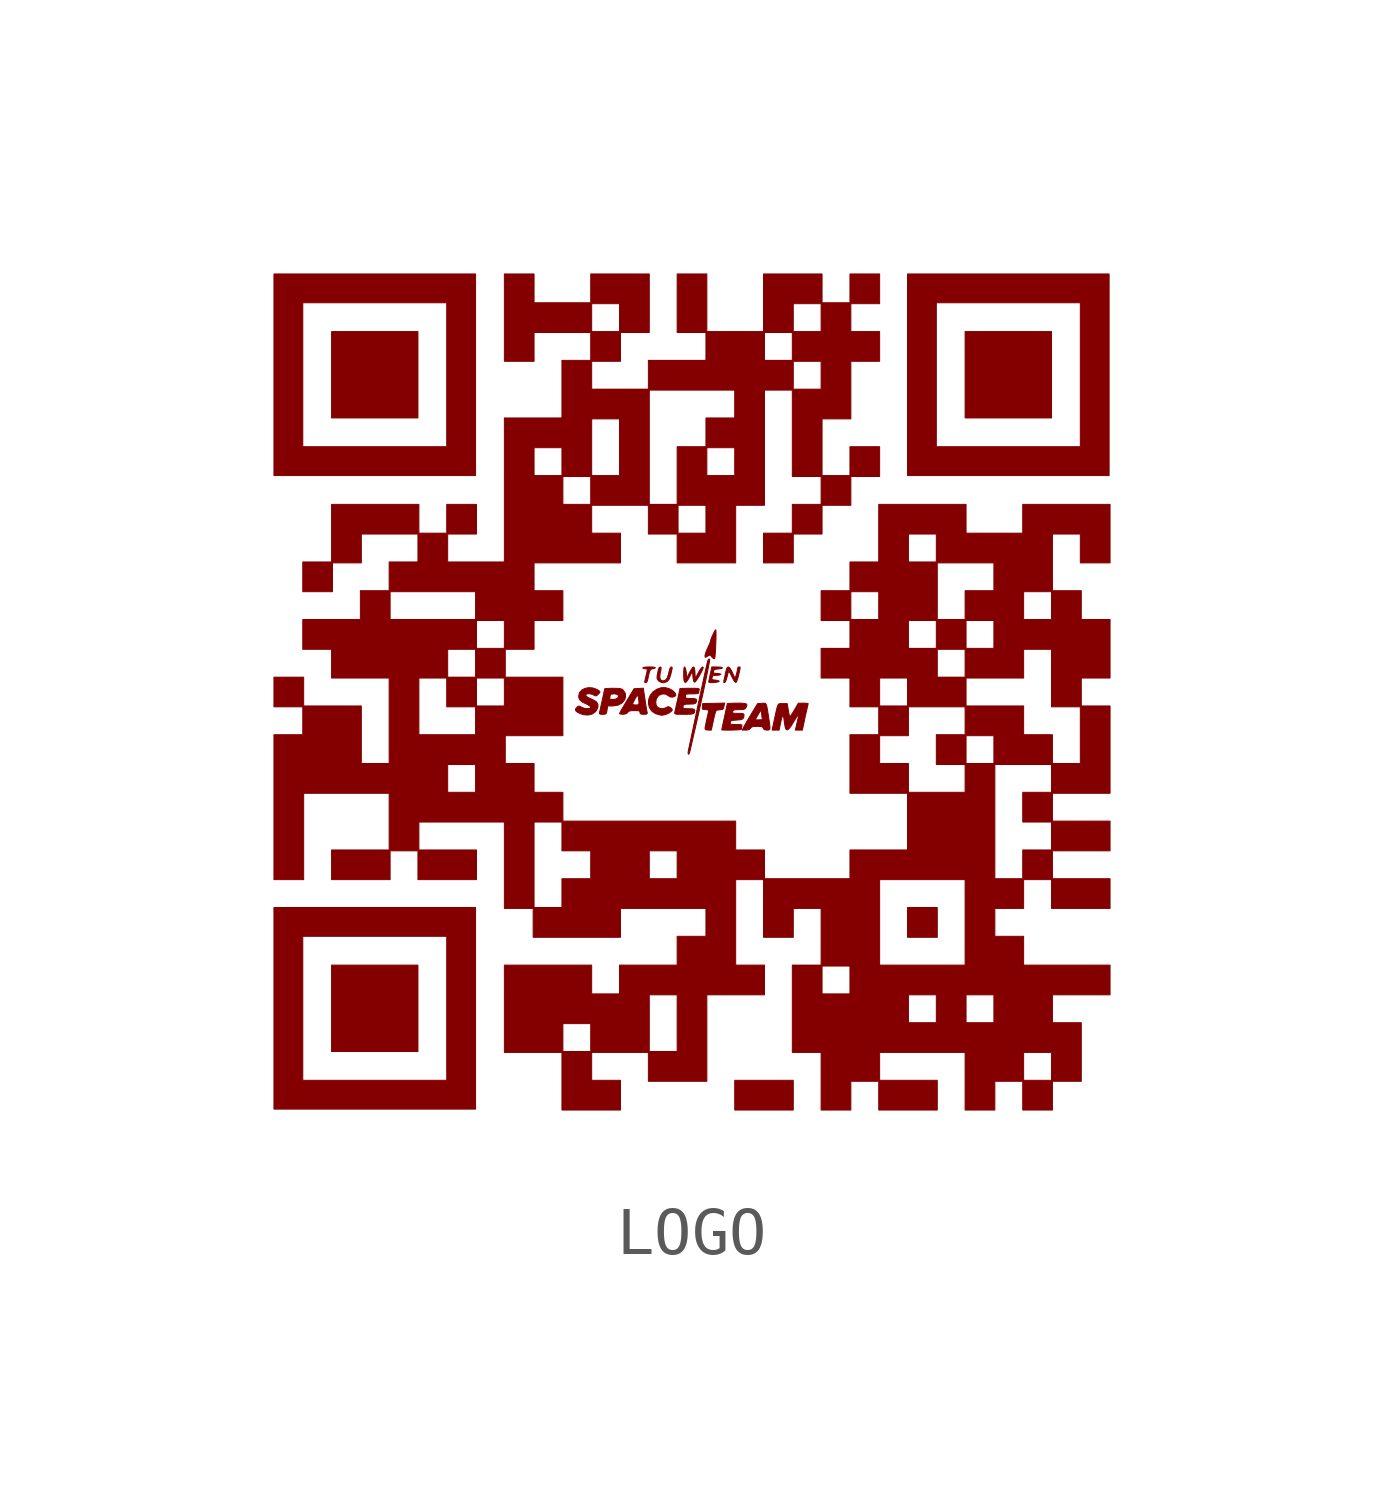
<source format=kicad_sym>
(kicad_symbol_lib
  (version 20210619)
  (generator bitmap2component)
  (symbol "LOGO"
    (pin_names
      (offset 1.016))
    (property "Reference" "#G"
      (at 0 9.357 0)
      (effects (font (size 1.27 1.27)) hide))
    (symbol "LOGO_0_0"
      (polyline (pts (xy -1.486 -8.193) (xy -2.092 -8.193) (xy -2.092 -7.606) (xy -0.899 -7.606) (xy -0.899 -8.213) (xy 0.332 -8.213) (xy 0.332 -6.394) (xy 1.545 -6.394) (xy 1.545 -5.768) (xy 0.939 -5.768) (xy 0.939 -3.969) (xy 1.525 -3.969) (xy 3.969 -3.969) (xy 5.768 -3.969) (xy 5.768 -5.768) (xy 3.969 -5.768) (xy 3.969 -3.969) (xy 1.525 -3.969) (xy 1.525 -5.182) (xy 2.151 -5.182) (xy 2.151 -4.575) (xy 2.737 -4.575) (xy 2.737 -5.768) (xy 2.131 -5.768) (xy 2.131 -5.788) (xy 2.757 -5.788) (xy 3.344 -5.788) (xy 3.344 -6.374) (xy 2.757 -6.374) (xy 2.757 -5.788) (xy 2.131 -5.788) (xy 2.131 -6.394) (xy 4.575 -6.394) (xy 5.162 -6.394) (xy 5.788 -6.394) (xy 6.374 -6.394) (xy 6.374 -6.981) (xy 5.788 -6.981) (xy 5.788 -6.394) (xy 5.162 -6.394) (xy 5.162 -6.981) (xy 4.575 -6.981) (xy 4.575 -6.394) (xy 2.131 -6.394) (xy 2.131 -7.606) (xy 2.737 -7.606) (xy 2.737 -8.819) (xy 3.363 -8.819) (xy 3.363 -8.213) (xy 3.95 -8.213) (xy 3.95 -8.819) (xy 5.182 -8.819) (xy 5.182 -8.193) (xy 3.969 -8.193) (xy 3.969 -7.606) (xy 5.768 -7.606) (xy 7 -7.606) (xy 7.587 -7.606) (xy 7.587 -8.193) (xy 7 -8.193) (xy 7 -7.606) (xy 5.768 -7.606) (xy 5.768 -8.819) (xy 6.394 -8.819) (xy 6.394 -8.213) (xy 6.981 -8.213) (xy 6.981 -8.819) (xy 7.606 -8.819) (xy 7.606 -8.213) (xy 8.213 -8.213) (xy 8.213 -6.981) (xy 7.606 -6.981) (xy 7.606 -6.394) (xy 8.819 -6.394) (xy 8.819 -5.768) (xy 7 -5.768) (xy 7 -5.162) (xy 6.394 -5.162) (xy 6.394 -4.575) (xy 7 -4.575) (xy 7 -3.969) (xy 7.587 -3.969) (xy 7.587 -4.575) (xy 8.819 -4.575) (xy 8.819 -3.95) (xy 7.606 -3.95) (xy 7.606 -3.363) (xy 8.819 -3.363) (xy 8.819 -2.737) (xy 7.606 -2.737) (xy 7.606 -2.151) (xy 8.819 -2.151) (xy 8.819 -0.313) (xy 8.213 -0.313) (xy 8.213 0.274) (xy 8.819 0.274) (xy 8.819 1.506) (xy 8.213 1.506) (xy 8.213 2.112) (xy 7.606 2.112) (xy 7.606 3.305) (xy 8.193 3.305) (xy 8.193 2.698) (xy 8.819 2.698) (xy 8.819 3.93) (xy 6.981 3.93) (xy 6.981 3.324) (xy 5.788 3.324) (xy 5.788 3.93) (xy 3.95 3.93) (xy 3.95 3.305) (xy 4.575 3.305) (xy 5.162 3.305) (xy 5.162 2.718) (xy 4.575 2.718) (xy 4.575 3.305) (xy 3.95 3.305) (xy 3.95 2.718) (xy 3.344 2.718) (xy 3.344 2.698) (xy 5.182 2.698) (xy 6.374 2.698) (xy 6.374 2.112) (xy 5.768 2.112) (xy 5.768 2.092) (xy 7 2.092) (xy 7.587 2.092) (xy 7.587 1.506) (xy 7 1.506) (xy 7 2.092) (xy 5.768 2.092) (xy 5.768 1.506) (xy 5.182 1.506) (xy 5.182 2.698) (xy 3.344 2.698) (xy 3.344 2.112) (xy 2.737 2.112) (xy 2.737 2.092) (xy 3.363 2.092) (xy 3.95 2.092) (xy 3.95 1.506) (xy 3.363 1.506) (xy 3.363 2.092) (xy 2.737 2.092) (xy 2.737 1.486) (xy 3.344 1.486) (xy 4.575 1.486) (xy 5.162 1.486) (xy 5.788 1.486) (xy 6.374 1.486) (xy 6.374 0.899) (xy 5.788 0.899) (xy 5.788 1.486) (xy 5.162 1.486) (xy 5.162 0.899) (xy 4.575 0.899) (xy 4.575 1.486) (xy 3.344 1.486) (xy 3.344 0.899) (xy 2.737 0.899) (xy 2.737 0.88) (xy 5.182 0.88) (xy 5.768 0.88) (xy 5.768 0.293) (xy 5.182 0.293) (xy 5.182 0.88) (xy 2.737 0.88) (xy 2.737 0.274) (xy 3.344 0.274) (xy 3.969 0.274) (xy 4.556 0.274) (xy 5.788 0.274) (xy 7 0.274) (xy 7 0.88) (xy 7.587 0.88) (xy 7.587 -0.332) (xy 8.193 -0.332) (xy 8.193 -1.525) (xy 7.606 -1.525) (xy 7.606 -0.919) (xy 7 -0.919) (xy 7 -0.313) (xy 5.788 -0.313) (xy 5.788 0.274) (xy 4.556 0.274) (xy 4.556 -0.313) (xy 3.969 -0.313) (xy 3.969 0.274) (xy 3.344 0.274) (xy 3.344 -0.332) (xy 3.95 -0.332) (xy 3.95 -0.919) (xy 3.344 -0.919) (xy 3.344 -0.939) (xy 3.969 -0.939) (xy 4.575 -0.939) (xy 4.575 -0.332) (xy 5.768 -0.332) (xy 5.768 -0.919) (xy 5.162 -0.919) (xy 5.162 -0.939) (xy 5.788 -0.939) (xy 6.374 -0.939) (xy 6.374 -1.525) (xy 5.788 -1.525) (xy 5.788 -0.939) (xy 5.162 -0.939) (xy 5.162 -1.545) (xy 5.768 -1.545) (xy 6.394 -1.545) (xy 7.587 -1.545) (xy 7.587 -2.131) (xy 6.981 -2.131) (xy 6.981 -2.757) (xy 7.587 -2.757) (xy 7.587 -3.344) (xy 6.981 -3.344) (xy 6.981 -3.95) (xy 6.394 -3.95) (xy 6.394 -1.545) (xy 5.768 -1.545) (xy 5.768 -2.131) (xy 4.575 -2.131) (xy 4.575 -1.525) (xy 3.969 -1.525) (xy 3.969 -0.939) (xy 3.344 -0.939) (xy 3.344 -2.151) (xy 4.556 -2.151) (xy 4.556 -3.344) (xy 3.344 -3.344) (xy 3.344 -3.95) (xy 1.545 -3.95) (xy 1.545 -3.344) (xy 0.939 -3.344) (xy 0.939 -2.737) (xy -2.698 -2.737) (xy -2.698 -2.131) (xy -3.305 -2.131) (xy -3.305 -1.525) (xy -3.911 -1.525) (xy -3.911 -0.939) (xy -2.698 -0.939) (xy -2.698 0.293) (xy -3.911 0.293) (xy -3.911 0.88) (xy -3.305 0.88) (xy -3.305 1.486) (xy -2.698 1.486) (xy -2.698 2.112) (xy -3.305 2.112) (xy -3.305 2.698) (xy -1.486 2.698) (xy -1.486 3.324) (xy -2.092 3.324) (xy -2.092 3.911) (xy -0.899 3.911) (xy -0.274 3.911) (xy 0.313 3.911) (xy 0.313 3.324) (xy -0.274 3.324) (xy -0.274 3.911) (xy -0.899 3.911) (xy -0.899 3.305) (xy -0.293 3.305) (xy -0.293 2.698) (xy 0.939 2.698) (xy 0.939 3.911) (xy 1.545 3.911) (xy 1.545 6.335) (xy 2.131 6.335) (xy 2.131 4.517) (xy 2.737 4.517) (xy 2.737 3.93) (xy 2.131 3.93) (xy 2.131 3.324) (xy 1.525 3.324) (xy 1.525 2.698) (xy 2.151 2.698) (xy 2.151 3.305) (xy 2.757 3.305) (xy 2.757 3.911) (xy 3.363 3.911) (xy 3.363 4.517) (xy 3.969 4.517) (xy 3.969 5.143) (xy 3.344 5.143) (xy 3.344 4.536) (xy 2.757 4.536) (xy 2.757 5.729) (xy 3.363 5.729) (xy 3.363 6.941) (xy 3.969 6.941) (xy 3.969 7.567) (xy 3.363 7.567) (xy 3.363 8.154) (xy 3.969 8.154) (xy 3.969 8.78) (xy 3.344 8.78) (xy 3.344 8.173) (xy 2.757 8.173) (xy 2.757 8.78) (xy 1.525 8.78) (xy 1.525 8.154) (xy 2.151 8.154) (xy 2.737 8.154) (xy 2.737 7.567) (xy 2.151 7.567) (xy 2.151 8.154) (xy 1.525 8.154) (xy 1.525 7.567) (xy 0.332 7.567) (xy 0.332 8.78) (xy -0.293 8.78) (xy -0.293 7.548) (xy 0.313 7.548) (xy 1.545 7.548) (xy 2.131 7.548) (xy 2.131 6.961) (xy 1.545 6.961) (xy 1.545 7.548) (xy 0.313 7.548) (xy 0.313 6.961) (xy -0.899 6.961) (xy -0.899 6.941) (xy 2.151 6.941) (xy 2.737 6.941) (xy 2.737 6.355) (xy 2.151 6.355) (xy 2.151 6.941) (xy -0.899 6.941) (xy -0.899 6.355) (xy -2.092 6.355) (xy -2.092 6.941) (xy -1.486 6.941) (xy -1.486 7.548) (xy -0.88 7.548) (xy -0.88 8.78) (xy -2.112 8.78) (xy -2.112 8.173) (xy -3.305 8.173) (xy -3.305 8.78) (xy -3.93 8.78) (xy -3.93 8.154) (xy -2.092 8.154) (xy -1.506 8.154) (xy -1.506 7.567) (xy -2.092 7.567) (xy -2.092 8.154) (xy -3.93 8.154) (xy -3.93 6.941) (xy -3.305 6.941) (xy -3.305 7.548) (xy -2.112 7.548) (xy -2.112 6.961) (xy -2.718 6.961) (xy -2.718 6.335) (xy -0.88 6.335) (xy 0.919 6.335) (xy 0.919 5.749) (xy 0.313 5.749) (xy 0.313 5.143) (xy -0.293 5.143) (xy -0.293 5.123) (xy 0.332 5.123) (xy 0.919 5.123) (xy 0.919 4.536) (xy 0.332 4.536) (xy 0.332 5.123) (xy -0.293 5.123) (xy -0.293 3.93) (xy -0.88 3.93) (xy -0.88 6.335) (xy -2.718 6.335) (xy -2.718 5.749) (xy -3.93 5.749) (xy -3.93 5.729) (xy -2.092 5.729) (xy -1.506 5.729) (xy -1.506 4.536) (xy -2.092 4.536) (xy -2.092 5.729) (xy -3.93 5.729) (xy -3.93 5.123) (xy -3.305 5.123) (xy -2.718 5.123) (xy -2.718 4.536) (xy -3.305 4.536) (xy -3.305 5.123) (xy -3.93 5.123) (xy -3.93 4.517) (xy -2.698 4.517) (xy -2.112 4.517) (xy -2.112 3.93) (xy -2.698 3.93) (xy -2.698 4.517) (xy -3.93 4.517) (xy -3.93 2.718) (xy -5.123 2.718) (xy -5.123 3.305) (xy -4.517 3.305) (xy -4.517 3.93) (xy -5.143 3.93) (xy -5.143 3.324) (xy -5.729 3.324) (xy -5.729 3.93) (xy -7.567 3.93) (xy -7.567 2.718) (xy -8.173 2.718) (xy -8.173 2.092) (xy -7.548 2.092) (xy -7.548 2.698) (xy -6.941 2.698) (xy -6.941 3.305) (xy -5.749 3.305) (xy -5.749 2.718) (xy -6.355 2.718) (xy -6.355 2.112) (xy -6.961 2.112) (xy -6.961 2.092) (xy -6.335 2.092) (xy -4.536 2.092) (xy -4.536 1.506) (xy -6.335 1.506) (xy -6.335 2.092) (xy -6.961 2.092) (xy -6.961 1.506) (xy -8.173 1.506) (xy -8.173 1.486) (xy -4.517 1.486) (xy -3.93 1.486) (xy -3.93 0.899) (xy -4.517 0.899) (xy -4.517 1.486) (xy -8.173 1.486) (xy -8.173 0.88) (xy -7.567 0.88) (xy -5.123 0.88) (xy -4.536 0.88) (xy -4.536 0.293) (xy -5.123 0.293) (xy -5.123 0.88) (xy -7.567 0.88) (xy -7.567 0.274) (xy -6.355 0.274) (xy -5.729 0.274) (xy -5.143 0.274) (xy -4.517 0.274) (xy -3.93 0.274) (xy -3.93 -0.313) (xy -4.517 -0.313) (xy -4.517 0.274) (xy -5.143 0.274) (xy -5.143 -0.332) (xy -4.536 -0.332) (xy -4.536 -0.919) (xy -5.729 -0.919) (xy -5.729 0.274) (xy -6.355 0.274) (xy -6.355 -1.525) (xy -6.941 -1.525) (xy -6.941 -0.313) (xy -8.154 -0.313) (xy -8.154 0.293) (xy -8.78 0.293) (xy -8.78 -0.332) (xy -8.173 -0.332) (xy -8.173 -0.919) (xy -8.78 -0.919) (xy -8.78 -1.545) (xy -5.123 -1.545) (xy -4.536 -1.545) (xy -4.536 -2.131) (xy -5.123 -2.131) (xy -5.123 -1.545) (xy -8.78 -1.545) (xy -8.78 -3.969) (xy -8.154 -3.969) (xy -8.154 -2.151) (xy -6.355 -2.151) (xy -6.355 -3.344) (xy -7.567 -3.344) (xy -7.567 -3.969) (xy -6.335 -3.969) (xy -6.335 -3.363) (xy -5.749 -3.363) (xy -5.749 -3.969) (xy -4.517 -3.969) (xy -4.517 -3.344) (xy -5.729 -3.344) (xy -5.729 -2.757) (xy -3.93 -2.757) (xy -3.305 -2.757) (xy -2.718 -2.757) (xy -2.718 -3.363) (xy -2.112 -3.363) (xy -0.88 -3.363) (xy -0.293 -3.363) (xy -0.293 -3.95) (xy -0.88 -3.95) (xy -0.88 -3.363) (xy -2.112 -3.363) (xy -2.112 -3.95) (xy -2.718 -3.95) (xy -2.718 -4.556) (xy -3.305 -4.556) (xy -3.305 -2.757) (xy -3.93 -2.757) (xy -3.93 -4.575) (xy -3.324 -4.575) (xy -3.324 -5.182) (xy -1.486 -5.182) (xy -1.486 -4.575) (xy 0.313 -4.575) (xy 0.313 -5.162) (xy -0.293 -5.162) (xy -0.293 -5.768) (xy -1.506 -5.768) (xy -1.506 -6.374) (xy -2.092 -6.374) (xy -2.092 -5.768) (xy -3.93 -5.768) (xy -3.93 -6.394) (xy -0.88 -6.394) (xy -0.293 -6.394) (xy -0.293 -7.587) (xy -0.88 -7.587) (xy -0.88 -6.394) (xy -3.93 -6.394) (xy -3.93 -7) (xy -2.698 -7) (xy -2.112 -7) (xy -2.112 -7.587) (xy -2.698 -7.587) (xy -2.698 -7) (xy -3.93 -7) (xy -3.93 -7.606) (xy -2.718 -7.606) (xy -2.718 -8.819) (xy -1.486 -8.819) (xy -1.486 -8.193)) (stroke (width 0.01)) (fill (type outline)))
      (polyline (pts (xy 2.151 -8.193) (xy 0.919 -8.193) (xy 0.919 -8.819) (xy 2.151 -8.819) (xy 2.151 -8.193)) (stroke (width 0.01)) (fill (type outline)))
      (polyline (pts (xy -4.536 -4.556) (xy -8.78 -4.556) (xy -8.78 -5.162) (xy -8.173 -5.162) (xy -5.143 -5.162) (xy -5.143 -8.193) (xy -8.173 -8.193) (xy -8.173 -5.162) (xy -8.78 -5.162) (xy -8.78 -8.799) (xy -4.536 -8.799) (xy -4.536 -4.556)) (stroke (width 0.01)) (fill (type outline)))
      (polyline (pts (xy -0.044 -1.324) (xy -0.029 -1.286) (xy 0.001 -1.159) (xy 0.041 -0.985) (xy 0.083 -0.802) (xy 0.126 -0.614) (xy 0.168 -0.426) (xy 0.209 -0.24) (xy 0.248 -0.061) (xy 0.284 0.107) (xy 0.316 0.261) (xy 0.344 0.396) (xy 0.366 0.508) (xy 0.382 0.594) (xy 0.391 0.65) (xy 0.392 0.672) (xy 0.375 0.674) (xy 0.354 0.643) (xy 0.347 0.621) (xy 0.333 0.562) (xy 0.312 0.473) (xy 0.286 0.357) (xy 0.256 0.218) (xy 0.222 0.061) (xy 0.185 -0.111) (xy 0.146 -0.293) (xy 0.113 -0.45) (xy 0.076 -0.626) (xy 0.042 -0.788) (xy 0.011 -0.933) (xy -0.015 -1.057) (xy -0.036 -1.155) (xy -0.051 -1.222) (xy -0.058 -1.256) (xy -0.058 -1.257) (xy -0.063 -1.304) (xy -0.057 -1.329) (xy -0.044 -1.324)) (stroke (width 0.01)) (fill (type outline)))
      (polyline (pts (xy 0.459 -0.67) (xy 0.482 -0.564) (xy 0.499 -0.49) (xy 0.513 -0.442) (xy 0.527 -0.415) (xy 0.545 -0.402) (xy 0.569 -0.397) (xy 0.602 -0.395) (xy 0.621 -0.393) (xy 0.667 -0.382) (xy 0.685 -0.365) (xy 0.687 -0.343) (xy 0.697 -0.297) (xy 0.709 -0.253) (xy 0.477 -0.258) (xy 0.244 -0.264) (xy 0.238 -0.328) (xy 0.237 -0.335) (xy 0.238 -0.373) (xy 0.256 -0.389) (xy 0.302 -0.391) (xy 0.312 -0.391) (xy 0.354 -0.396) (xy 0.371 -0.406) (xy 0.37 -0.411) (xy 0.363 -0.449) (xy 0.35 -0.51) (xy 0.332 -0.587) (xy 0.326 -0.616) (xy 0.31 -0.692) (xy 0.298 -0.753) (xy 0.294 -0.787) (xy 0.295 -0.797) (xy 0.312 -0.816) (xy 0.36 -0.821) (xy 0.426 -0.821) (xy 0.459 -0.67)) (stroke (width 0.01)) (fill (type outline)))
      (polyline (pts (xy 0.848 -0.821) (xy 0.924 -0.819) (xy 0.991 -0.816) (xy 1.038 -0.811) (xy 1.056 -0.807) (xy 1.059 -0.788) (xy 1.068 -0.748) (xy 1.07 -0.739) (xy 1.071 -0.719) (xy 1.056 -0.709) (xy 1.018 -0.705) (xy 0.949 -0.704) (xy 0.928 -0.704) (xy 0.867 -0.702) (xy 0.835 -0.697) (xy 0.824 -0.683) (xy 0.825 -0.66) (xy 0.831 -0.637) (xy 0.85 -0.622) (xy 0.889 -0.615) (xy 0.958 -0.61) (xy 0.962 -0.61) (xy 1.04 -0.603) (xy 1.086 -0.587) (xy 1.108 -0.559) (xy 1.114 -0.513) (xy 1.114 -0.511) (xy 1.111 -0.488) (xy 1.095 -0.475) (xy 1.057 -0.47) (xy 0.989 -0.469) (xy 0.985 -0.469) (xy 0.919 -0.468) (xy 0.884 -0.463) (xy 0.872 -0.451) (xy 0.874 -0.43) (xy 0.881 -0.414) (xy 0.9 -0.399) (xy 0.94 -0.393) (xy 1.009 -0.391) (xy 1.046 -0.391) (xy 1.102 -0.386) (xy 1.135 -0.375) (xy 1.153 -0.353) (xy 1.166 -0.327) (xy 1.176 -0.294) (xy 1.166 -0.273) (xy 1.131 -0.261) (xy 1.067 -0.255) (xy 0.968 -0.254) (xy 0.902 -0.255) (xy 0.83 -0.257) (xy 0.781 -0.26) (xy 0.763 -0.263) (xy 0.762 -0.267) (xy 0.756 -0.299) (xy 0.743 -0.361) (xy 0.725 -0.444) (xy 0.704 -0.541) (xy 0.696 -0.576) (xy 0.676 -0.668) (xy 0.66 -0.744) (xy 0.649 -0.795) (xy 0.645 -0.815) (xy 0.661 -0.819) (xy 0.707 -0.821) (xy 0.773 -0.822) (xy 0.848 -0.821)) (stroke (width 0.01)) (fill (type outline)))
      (polyline (pts (xy 1.173 -0.821) (xy 1.223 -0.81) (xy 1.251 -0.782) (xy 1.258 -0.772) (xy 1.281 -0.754) (xy 1.322 -0.745) (xy 1.391 -0.743) (xy 1.435 -0.744) (xy 1.484 -0.748) (xy 1.508 -0.76) (xy 1.52 -0.782) (xy 1.522 -0.79) (xy 1.546 -0.814) (xy 1.596 -0.821) (xy 1.612 -0.821) (xy 1.638 -0.818) (xy 1.654 -0.806) (xy 1.66 -0.78) (xy 1.658 -0.733) (xy 1.649 -0.659) (xy 1.632 -0.552) (xy 1.625 -0.502) (xy 1.609 -0.402) (xy 1.597 -0.333) (xy 1.585 -0.289) (xy 1.571 -0.265) (xy 1.552 -0.256) (xy 1.526 -0.255) (xy 1.49 -0.258) (xy 1.4 -0.264) (xy 1.276 -0.469) (xy 1.228 -0.549) (xy 1.194 -0.606) (xy 1.349 -0.606) (xy 1.403 -0.509) (xy 1.427 -0.468) (xy 1.455 -0.427) (xy 1.471 -0.411) (xy 1.473 -0.411) (xy 1.482 -0.433) (xy 1.486 -0.477) (xy 1.486 -0.479) (xy 1.49 -0.535) (xy 1.498 -0.575) (xy 1.5 -0.593) (xy 1.48 -0.603) (xy 1.429 -0.606) (xy 1.349 -0.606) (xy 1.194 -0.606) (xy 1.179 -0.632) (xy 1.139 -0.702) (xy 1.113 -0.748) (xy 1.075 -0.821) (xy 1.153 -0.821) (xy 1.173 -0.821)) (stroke (width 0.01)) (fill (type outline)))
      (polyline (pts (xy 1.888 -0.654) (xy 1.895 -0.623) (xy 1.913 -0.551) (xy 1.928 -0.519) (xy 1.941 -0.526) (xy 1.953 -0.572) (xy 1.964 -0.656) (xy 1.966 -0.671) (xy 1.98 -0.756) (xy 1.999 -0.805) (xy 2.024 -0.819) (xy 2.057 -0.797) (xy 2.102 -0.74) (xy 2.16 -0.646) (xy 2.184 -0.606) (xy 2.221 -0.546) (xy 2.249 -0.507) (xy 2.261 -0.495) (xy 2.262 -0.498) (xy 2.259 -0.531) (xy 2.248 -0.588) (xy 2.232 -0.662) (xy 2.195 -0.821) (xy 2.344 -0.821) (xy 2.366 -0.709) (xy 2.368 -0.702) (xy 2.385 -0.623) (xy 2.405 -0.527) (xy 2.426 -0.434) (xy 2.433 -0.406) (xy 2.449 -0.336) (xy 2.46 -0.285) (xy 2.464 -0.263) (xy 2.456 -0.26) (xy 2.418 -0.256) (xy 2.361 -0.254) (xy 2.258 -0.255) (xy 2.173 -0.402) (xy 2.155 -0.432) (xy 2.119 -0.49) (xy 2.091 -0.528) (xy 2.078 -0.539) (xy 2.077 -0.539) (xy 2.069 -0.515) (xy 2.058 -0.464) (xy 2.046 -0.397) (xy 2.024 -0.264) (xy 1.927 -0.264) (xy 1.892 -0.263) (xy 1.865 -0.265) (xy 1.845 -0.273) (xy 1.829 -0.293) (xy 1.814 -0.331) (xy 1.799 -0.392) (xy 1.779 -0.48) (xy 1.753 -0.601) (xy 1.706 -0.821) (xy 1.853 -0.821) (xy 1.888 -0.654)) (stroke (width 0.01)) (fill (type outline)))
      (polyline (pts (xy -2.08 -0.483) (xy -2.01 -0.432) (xy -1.993 -0.411) (xy -1.961 -0.344) (xy -1.96 -0.28) (xy -1.99 -0.229) (xy -2.004 -0.218) (xy -2.054 -0.189) (xy -2.115 -0.159) (xy -2.162 -0.138) (xy -2.208 -0.108) (xy -2.219 -0.084) (xy -2.197 -0.062) (xy -2.186 -0.058) (xy -2.134 -0.056) (xy -2.075 -0.07) (xy -2.025 -0.097) (xy -2.02 -0.1) (xy -1.992 -0.099) (xy -1.954 -0.067) (xy -1.945 -0.058) (xy -1.92 -0.027) (xy -1.921 -0.009) (xy -1.945 0.012) (xy -1.982 0.035) (xy -2.068 0.066) (xy -2.155 0.072) (xy -2.236 0.056) (xy -2.303 0.02) (xy -2.349 -0.034) (xy -2.366 -0.104) (xy -2.361 -0.149) (xy -2.336 -0.193) (xy -2.286 -0.232) (xy -2.205 -0.272) (xy -2.177 -0.284) (xy -2.128 -0.317) (xy -2.111 -0.345) (xy -2.129 -0.364) (xy -2.182 -0.371) (xy -2.182 -0.371) (xy -2.249 -0.362) (xy -2.309 -0.338) (xy -2.312 -0.336) (xy -2.351 -0.316) (xy -2.377 -0.319) (xy -2.408 -0.346) (xy -2.431 -0.375) (xy -2.433 -0.406) (xy -2.404 -0.437) (xy -2.339 -0.472) (xy -2.267 -0.497) (xy -2.169 -0.505) (xy -2.08 -0.483)) (stroke (width 0.01)) (fill (type outline)))
      (polyline (pts (xy -0.608 -0.508) (xy -0.534 -0.493) (xy -0.463 -0.462) (xy -0.412 -0.422) (xy -0.398 -0.402) (xy -0.399 -0.38) (xy -0.43 -0.352) (xy -0.454 -0.336) (xy -0.484 -0.327) (xy -0.517 -0.344) (xy -0.521 -0.347) (xy -0.584 -0.369) (xy -0.652 -0.366) (xy -0.707 -0.339) (xy -0.734 -0.298) (xy -0.744 -0.233) (xy -0.731 -0.164) (xy -0.695 -0.107) (xy -0.666 -0.084) (xy -0.6 -0.06) (xy -0.533 -0.065) (xy -0.478 -0.099) (xy -0.434 -0.125) (xy -0.377 -0.126) (xy -0.326 -0.099) (xy -0.322 -0.093) (xy -0.325 -0.062) (xy -0.352 -0.022) (xy -0.397 0.017) (xy -0.451 0.047) (xy -0.536 0.072) (xy -0.623 0.072) (xy -0.716 0.041) (xy -0.717 0.04) (xy -0.8 -0.015) (xy -0.859 -0.089) (xy -0.892 -0.174) (xy -0.898 -0.262) (xy -0.878 -0.346) (xy -0.831 -0.418) (xy -0.756 -0.47) (xy -0.736 -0.479) (xy -0.672 -0.499) (xy -0.62 -0.508) (xy -0.608 -0.508)) (stroke (width 0.01)) (fill (type outline)))
      (polyline (pts (xy -1.825 -0.488) (xy -1.793 -0.48) (xy -1.778 -0.455) (xy -1.769 -0.401) (xy -1.755 -0.313) (xy -1.658 -0.313) (xy -1.642 -0.313) (xy -1.534 -0.295) (xy -1.452 -0.252) (xy -1.398 -0.183) (xy -1.378 -0.123) (xy -1.384 -0.047) (xy -1.428 0.02) (xy -1.433 0.025) (xy -1.459 0.042) (xy -1.497 0.052) (xy -1.555 0.057) (xy -1.643 0.059) (xy -1.682 0.058) (xy -1.752 0.056) (xy -1.8 0.052) (xy -1.819 0.048) (xy -1.819 0.044) (xy -1.826 0.01) (xy -1.839 -0.05) (xy -1.855 -0.128) (xy -1.863 -0.165) (xy -1.714 -0.165) (xy -1.713 -0.145) (xy -1.708 -0.129) (xy -1.701 -0.086) (xy -1.7 -0.081) (xy -1.678 -0.064) (xy -1.622 -0.059) (xy -1.593 -0.06) (xy -1.544 -0.076) (xy -1.527 -0.106) (xy -1.545 -0.147) (xy -1.548 -0.15) (xy -1.587 -0.169) (xy -1.647 -0.176) (xy -1.689 -0.174) (xy -1.714 -0.165) (xy -1.863 -0.165) (xy -1.874 -0.215) (xy -1.894 -0.302) (xy -1.912 -0.382) (xy -1.926 -0.445) (xy -1.927 -0.45) (xy -1.928 -0.476) (xy -1.908 -0.487) (xy -1.859 -0.489) (xy -1.825 -0.488)) (stroke (width 0.01)) (fill (type outline)))
      (polyline (pts (xy -1.37 -0.479) (xy -1.334 -0.45) (xy -1.329 -0.442) (xy -1.304 -0.422) (xy -1.262 -0.413) (xy -1.193 -0.411) (xy -1.141 -0.411) (xy -1.099 -0.416) (xy -1.08 -0.428) (xy -1.075 -0.45) (xy -1.071 -0.473) (xy -1.047 -0.486) (xy -0.995 -0.489) (xy -0.981 -0.489) (xy -0.938 -0.485) (xy -0.922 -0.473) (xy -0.925 -0.445) (xy -0.932 -0.412) (xy -0.943 -0.349) (xy -0.956 -0.265) (xy -0.971 -0.17) (xy -1.005 0.06) (xy -1.103 0.055) (xy -1.201 0.049) (xy -1.353 -0.205) (xy -1.381 -0.251) (xy -1.395 -0.276) (xy -1.232 -0.276) (xy -1.227 -0.261) (xy -1.208 -0.219) (xy -1.178 -0.164) (xy -1.125 -0.068) (xy -1.112 -0.127) (xy -1.103 -0.178) (xy -1.097 -0.239) (xy -1.099 -0.274) (xy -1.118 -0.29) (xy -1.163 -0.293) (xy -1.172 -0.293) (xy -1.215 -0.287) (xy -1.232 -0.276) (xy -1.395 -0.276) (xy -1.43 -0.336) (xy -1.47 -0.405) (xy -1.496 -0.453) (xy -1.506 -0.474) (xy -1.504 -0.477) (xy -1.479 -0.485) (xy -1.432 -0.489) (xy -1.431 -0.489) (xy -1.37 -0.479)) (stroke (width 0.01)) (fill (type outline)))
      (polyline (pts (xy -0.101 -0.489) (xy -0.023 -0.487) (xy 0.027 -0.481) (xy 0.054 -0.472) (xy 0.066 -0.458) (xy 0.071 -0.445) (xy 0.079 -0.406) (xy 0.066 -0.384) (xy 0.025 -0.374) (xy -0.049 -0.371) (xy -0.065 -0.371) (xy -0.13 -0.369) (xy -0.164 -0.359) (xy -0.173 -0.339) (xy -0.164 -0.305) (xy -0.163 -0.302) (xy -0.144 -0.285) (xy -0.102 -0.276) (xy -0.029 -0.274) (xy -0.02 -0.274) (xy 0.049 -0.271) (xy 0.088 -0.261) (xy 0.105 -0.243) (xy 0.107 -0.239) (xy 0.118 -0.196) (xy 0.108 -0.171) (xy 0.071 -0.159) (xy 0 -0.156) (xy -0.004 -0.156) (xy -0.067 -0.155) (xy -0.101 -0.149) (xy -0.115 -0.135) (xy -0.117 -0.107) (xy -0.117 -0.095) (xy -0.112 -0.074) (xy -0.093 -0.064) (xy -0.052 -0.059) (xy 0.019 -0.059) (xy 0.025 -0.059) (xy 0.091 -0.057) (xy 0.139 -0.051) (xy 0.157 -0.044) (xy 0.159 -0.026) (xy 0.169 0.015) (xy 0.172 0.027) (xy 0.171 0.042) (xy 0.157 0.052) (xy 0.124 0.057) (xy 0.065 0.058) (xy -0.027 0.059) (xy -0.095 0.058) (xy -0.167 0.057) (xy -0.216 0.055) (xy -0.235 0.052) (xy -0.238 0.033) (xy -0.248 -0.016) (xy -0.263 -0.086) (xy -0.281 -0.168) (xy -0.3 -0.253) (xy -0.318 -0.334) (xy -0.332 -0.401) (xy -0.342 -0.445) (xy -0.345 -0.456) (xy -0.344 -0.472) (xy -0.331 -0.482) (xy -0.298 -0.487) (xy -0.24 -0.488) (xy -0.149 -0.489) (xy -0.101 -0.489)) (stroke (width 0.01)) (fill (type outline)))
      (polyline (pts (xy -0.947 0.176) (xy -0.926 0.199) (xy -0.91 0.249) (xy -0.896 0.325) (xy -0.878 0.397) (xy -0.86 0.441) (xy -0.839 0.463) (xy -0.812 0.469) (xy -0.78 0.474) (xy -0.753 0.489) (xy -0.761 0.499) (xy -0.803 0.506) (xy -0.879 0.508) (xy -0.88 0.508) (xy -0.95 0.506) (xy -0.999 0.499) (xy -1.017 0.489) (xy -1.005 0.476) (xy -0.968 0.469) (xy -0.941 0.469) (xy -0.926 0.462) (xy -0.923 0.44) (xy -0.93 0.397) (xy -0.948 0.323) (xy -0.961 0.268) (xy -0.972 0.216) (xy -0.977 0.191) (xy -0.975 0.184) (xy -0.951 0.176) (xy -0.947 0.176)) (stroke (width 0.01)) (fill (type outline)))
      (polyline (pts (xy -0.571 0.177) (xy -0.506 0.198) (xy -0.461 0.251) (xy -0.43 0.337) (xy -0.421 0.376) (xy -0.407 0.436) (xy -0.398 0.474) (xy -0.397 0.494) (xy -0.416 0.508) (xy -0.427 0.504) (xy -0.448 0.468) (xy -0.468 0.392) (xy -0.475 0.359) (xy -0.502 0.277) (xy -0.539 0.23) (xy -0.586 0.215) (xy -0.612 0.218) (xy -0.644 0.24) (xy -0.657 0.285) (xy -0.653 0.359) (xy -0.632 0.464) (xy -0.63 0.495) (xy -0.65 0.508) (xy -0.674 0.491) (xy -0.69 0.445) (xy -0.701 0.387) (xy -0.715 0.32) (xy -0.716 0.31) (xy -0.715 0.259) (xy -0.686 0.217) (xy -0.645 0.19) (xy -0.591 0.176) (xy -0.571 0.177)) (stroke (width 0.01)) (fill (type outline)))
      (polyline (pts (xy -0.104 0.188) (xy -0.071 0.228) (xy -0.029 0.304) (xy 0.029 0.42) (xy 0.039 0.303) (xy 0.043 0.263) (xy 0.056 0.205) (xy 0.074 0.186) (xy 0.083 0.191) (xy 0.11 0.222) (xy 0.147 0.277) (xy 0.188 0.347) (xy 0.223 0.413) (xy 0.248 0.469) (xy 0.256 0.499) (xy 0.246 0.508) (xy 0.223 0.493) (xy 0.189 0.449) (xy 0.152 0.386) (xy 0.088 0.264) (xy 0.082 0.386) (xy 0.079 0.432) (xy 0.068 0.489) (xy 0.052 0.508) (xy 0.051 0.508) (xy 0.031 0.491) (xy 0.000100 0.447) (xy -0.034 0.386) (xy -0.044 0.365) (xy -0.072 0.313) (xy -0.088 0.291) (xy -0.095 0.296) (xy -0.097 0.325) (xy -0.1 0.38) (xy -0.11 0.444) (xy -0.124 0.491) (xy -0.139 0.508) (xy -0.141 0.507) (xy -0.149 0.482) (xy -0.154 0.431) (xy -0.156 0.367) (xy -0.155 0.301) (xy -0.151 0.243) (xy -0.144 0.206) (xy -0.128 0.183) (xy -0.104 0.188)) (stroke (width 0.01)) (fill (type outline)))
      (polyline (pts (xy 0.473 0.18) (xy 0.528 0.185) (xy 0.572 0.194) (xy 0.592 0.205) (xy 0.59 0.211) (xy 0.562 0.223) (xy 0.512 0.231) (xy 0.467 0.236) (xy 0.44 0.247) (xy 0.438 0.267) (xy 0.443 0.281) (xy 0.45 0.315) (xy 0.454 0.32) (xy 0.485 0.329) (xy 0.538 0.332) (xy 0.564 0.333) (xy 0.608 0.34) (xy 0.626 0.352) (xy 0.624 0.357) (xy 0.596 0.367) (xy 0.546 0.371) (xy 0.537 0.372) (xy 0.491 0.375) (xy 0.473 0.387) (xy 0.473 0.415) (xy 0.474 0.421) (xy 0.485 0.446) (xy 0.514 0.459) (xy 0.572 0.466) (xy 0.627 0.472) (xy 0.659 0.483) (xy 0.657 0.495) (xy 0.62 0.504) (xy 0.551 0.508) (xy 0.437 0.508) (xy 0.404 0.356) (xy 0.4 0.338) (xy 0.386 0.267) (xy 0.375 0.214) (xy 0.371 0.189) (xy 0.382 0.182) (xy 0.42 0.178) (xy 0.473 0.18)) (stroke (width 0.01)) (fill (type outline)))
      (polyline (pts (xy 0.717 0.189) (xy 0.737 0.228) (xy 0.754 0.286) (xy 0.755 0.286) (xy 0.773 0.363) (xy 0.788 0.403) (xy 0.803 0.406) (xy 0.825 0.373) (xy 0.857 0.306) (xy 0.892 0.237) (xy 0.922 0.193) (xy 0.943 0.181) (xy 0.945 0.182) (xy 0.962 0.209) (xy 0.982 0.263) (xy 1.001 0.334) (xy 1.009 0.37) (xy 1.025 0.439) (xy 1.032 0.48) (xy 1.032 0.501) (xy 1.023 0.508) (xy 1.007 0.508) (xy 0.989 0.5) (xy 0.976 0.464) (xy 0.976 0.456) (xy 0.967 0.403) (xy 0.951 0.342) (xy 0.927 0.264) (xy 0.871 0.386) (xy 0.847 0.436) (xy 0.812 0.49) (xy 0.783 0.508) (xy 0.783 0.508) (xy 0.761 0.496) (xy 0.744 0.458) (xy 0.726 0.386) (xy 0.714 0.328) (xy 0.7 0.261) (xy 0.69 0.217) (xy 0.69 0.215) (xy 0.688 0.183) (xy 0.706 0.18) (xy 0.717 0.189)) (stroke (width 0.01)) (fill (type outline)))
      (polyline (pts (xy 0.498 0.69) (xy 0.504 0.73) (xy 0.51 0.796) (xy 0.515 0.879) (xy 0.519 0.971) (xy 0.523 1.065) (xy 0.525 1.151) (xy 0.525 1.223) (xy 0.523 1.272) (xy 0.518 1.29) (xy 0.509 1.282) (xy 0.488 1.247) (xy 0.463 1.195) (xy 0.437 1.138) (xy 0.418 1.088) (xy 0.41 1.056) (xy 0.403 1.027) (xy 0.381 0.974) (xy 0.351 0.91) (xy 0.324 0.849) (xy 0.302 0.788) (xy 0.293 0.746) (xy 0.293 0.742) (xy 0.296 0.714) (xy 0.31 0.712) (xy 0.346 0.734) (xy 0.352 0.738) (xy 0.387 0.757) (xy 0.41 0.751) (xy 0.438 0.717) (xy 0.44 0.714) (xy 0.472 0.684) (xy 0.494 0.682) (xy 0.498 0.69)) (stroke (width 0.01)) (fill (type outline)))
      (polyline (pts (xy -4.536 8.78) (xy -8.78 8.78) (xy -8.78 8.173) (xy -8.173 8.173) (xy -5.143 8.173) (xy -5.143 5.143) (xy -8.173 5.143) (xy -8.173 8.173) (xy -8.78 8.173) (xy -8.78 4.536) (xy -4.536 4.536) (xy -4.536 8.78)) (stroke (width 0.01)) (fill (type outline)))
      (polyline (pts (xy 8.799 8.78) (xy 4.556 8.78) (xy 4.556 8.173) (xy 5.162 8.173) (xy 8.193 8.173) (xy 8.193 5.143) (xy 5.162 5.143) (xy 5.162 8.173) (xy 4.556 8.173) (xy 4.556 4.536) (xy 8.799 4.536) (xy 8.799 8.78)) (stroke (width 0.01)) (fill (type outline)))
      (polyline (pts (xy 5.182 -4.556) (xy 4.556 -4.556) (xy 4.556 -5.182) (xy 5.182 -5.182) (xy 5.182 -4.556)) (stroke (width 0.01)) (fill (type outline)))
      (polyline (pts (xy -5.749 -5.768) (xy -7.567 -5.768) (xy -7.567 -7.587) (xy -5.749 -7.587) (xy -5.749 -5.768)) (stroke (width 0.01)) (fill (type outline)))
      (polyline (pts (xy -5.749 7.567) (xy -7.567 7.567) (xy -7.567 5.749) (xy -5.749 5.749) (xy -5.749 7.567)) (stroke (width 0.01)) (fill (type outline)))
      (polyline (pts (xy 7.587 7.567) (xy 5.768 7.567) (xy 5.768 5.749) (xy 7.587 5.749) (xy 7.587 7.567)) (stroke (width 0.01)) (fill (type outline))))))
</source>
